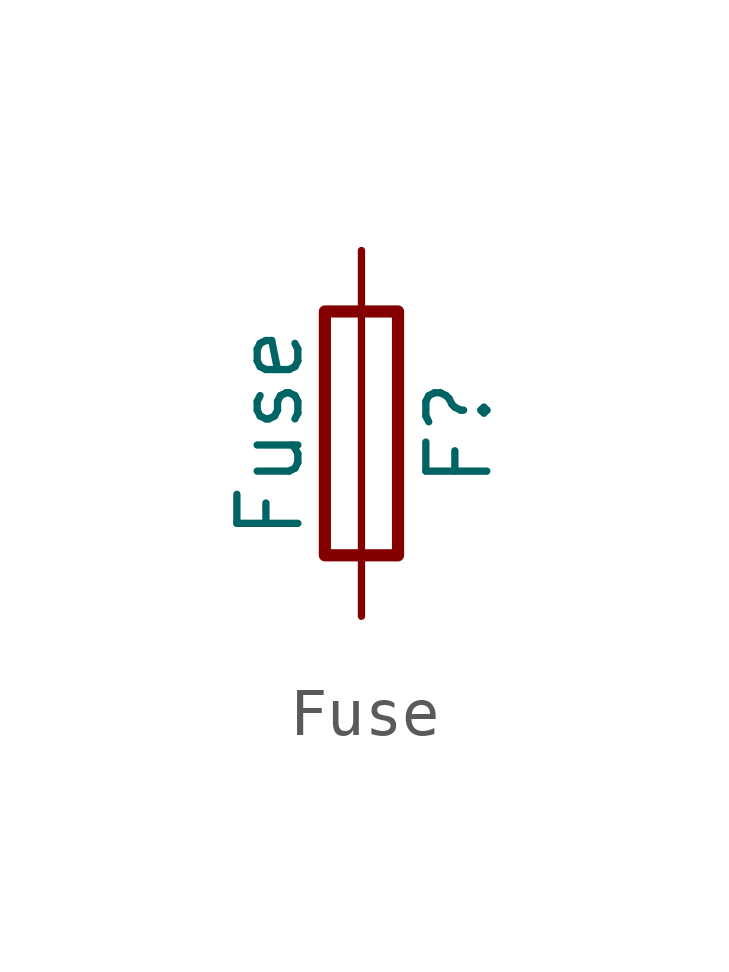
<source format=kicad_sym>
(kicad_symbol_lib
  (version 20241209)
  (generator "kicad_symbol_editor")
  (generator_version "9.0")
  (symbol "Fuse"
    (pin_numbers
      (hide yes))
    (pin_names
      (offset 0))
    (property "Reference" "F"
      (at 2.032 0 90)
      (effects (font (size 1.27 1.27))))
    (property "Value" "Fuse"
      (at -1.905 0 90)
      (effects (font (size 1.27 1.27))))
    (symbol "Fuse_0_1"
      (polyline (pts (xy 0 2.54) (xy 0 -2.54)) (stroke (width 0) (type default)) (fill (type none))))
    (symbol "Fuse_1_1"
      (rectangle (start -0.762 2.54) (end 0.762 -2.54) (stroke (width 0.254) (type solid)) (fill (type none)))
      (pin passive line (at 0 3.81 270) (length 1.27) (name "~" (effects (font (size 1.27 1.27)))) (number "1" (effects (font (size 1.27 1.27)))))
      (pin passive line (at 0 -3.81 90) (length 1.27) (name "~" (effects (font (size 1.27 1.27)))) (number "2" (effects (font (size 1.27 1.27))))))))
</source>
